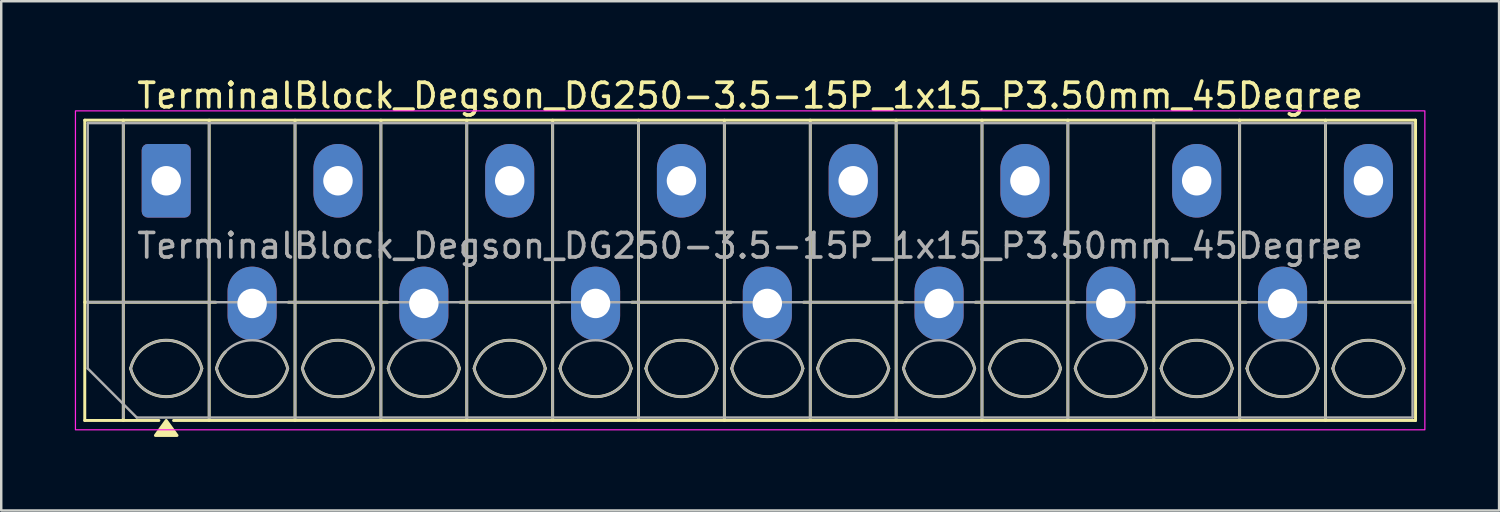
<source format=kicad_pcb>
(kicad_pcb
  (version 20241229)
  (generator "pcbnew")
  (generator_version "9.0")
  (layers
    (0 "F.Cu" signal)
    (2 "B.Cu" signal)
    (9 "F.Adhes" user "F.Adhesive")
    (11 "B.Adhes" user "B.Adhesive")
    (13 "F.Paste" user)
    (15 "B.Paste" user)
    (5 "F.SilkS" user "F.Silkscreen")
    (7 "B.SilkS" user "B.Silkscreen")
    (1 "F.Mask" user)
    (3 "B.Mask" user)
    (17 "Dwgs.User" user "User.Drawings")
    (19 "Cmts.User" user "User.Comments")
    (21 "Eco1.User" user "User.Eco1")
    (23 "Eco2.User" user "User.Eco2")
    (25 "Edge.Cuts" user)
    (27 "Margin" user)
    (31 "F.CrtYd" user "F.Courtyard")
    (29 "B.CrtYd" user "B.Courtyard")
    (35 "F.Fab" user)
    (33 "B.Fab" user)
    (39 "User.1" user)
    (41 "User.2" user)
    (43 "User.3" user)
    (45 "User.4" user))
  (footprint "TerminalBlock_Degson_DG250-3.5-15P_1x15_P3.50mm_45Degree"
    (layer "F.Cu")
    (at 3.725 4.318)
    (property "Reference" "TerminalBlock_Degson_DG250-3.5-15P_1x15_P3.50mm_45Degree" (at 23.8 -3.47 0) (layer "F.SilkS") (effects (font (size 1 1) (thickness 0.15))))
    (attr through_hole)
    (fp_line (start -3.32 -2.47) (end 50.92 -2.47) (stroke (width 0.12) (type solid)) (layer "F.SilkS"))
    (fp_line (start -3.32 4.95) (end 2.02 4.95) (stroke (width 0.12) (type solid)) (layer "F.SilkS"))
    (fp_line (start -3.32 9.77) (end -3.32 -2.47) (stroke (width 0.12) (type solid)) (layer "F.SilkS"))
    (fp_line (start -1.75 -2.47) (end -1.75 9.77) (stroke (width 0.12) (type solid)) (layer "F.SilkS"))
    (fp_line (start -0.3 9.77) (end -3.32 9.77) (stroke (width 0.12) (type solid)) (layer "F.SilkS"))
    (fp_line (start 1.75 -2.47) (end 1.75 9.77) (stroke (width 0.12) (type solid)) (layer "F.SilkS"))
    (fp_line (start 4.98 4.95) (end 9.02 4.95) (stroke (width 0.12) (type solid)) (layer "F.SilkS"))
    (fp_line (start 5.25 -2.47) (end 5.25 9.77) (stroke (width 0.12) (type solid)) (layer "F.SilkS"))
    (fp_line (start 8.75 -2.47) (end 8.75 9.77) (stroke (width 0.12) (type solid)) (layer "F.SilkS"))
    (fp_line (start 11.98 4.95) (end 16.02 4.95) (stroke (width 0.12) (type solid)) (layer "F.SilkS"))
    (fp_line (start 12.25 -2.47) (end 12.25 9.77) (stroke (width 0.12) (type solid)) (layer "F.SilkS"))
    (fp_line (start 15.75 -2.47) (end 15.75 9.77) (stroke (width 0.12) (type solid)) (layer "F.SilkS"))
    (fp_line (start 18.98 4.95) (end 23.02 4.95) (stroke (width 0.12) (type solid)) (layer "F.SilkS"))
    (fp_line (start 19.25 -2.47) (end 19.25 9.77) (stroke (width 0.12) (type solid)) (layer "F.SilkS"))
    (fp_line (start 22.75 -2.47) (end 22.75 9.77) (stroke (width 0.12) (type solid)) (layer "F.SilkS"))
    (fp_line (start 25.98 4.95) (end 30.02 4.95) (stroke (width 0.12) (type solid)) (layer "F.SilkS"))
    (fp_line (start 26.25 -2.47) (end 26.25 9.77) (stroke (width 0.12) (type solid)) (layer "F.SilkS"))
    (fp_line (start 29.75 -2.47) (end 29.75 9.77) (stroke (width 0.12) (type solid)) (layer "F.SilkS"))
    (fp_line (start 32.98 4.95) (end 37.02 4.95) (stroke (width 0.12) (type solid)) (layer "F.SilkS"))
    (fp_line (start 33.25 -2.47) (end 33.25 9.77) (stroke (width 0.12) (type solid)) (layer "F.SilkS"))
    (fp_line (start 36.75 -2.47) (end 36.75 9.77) (stroke (width 0.12) (type solid)) (layer "F.SilkS"))
    (fp_line (start 39.98 4.95) (end 44.02 4.95) (stroke (width 0.12) (type solid)) (layer "F.SilkS"))
    (fp_line (start 40.25 -2.47) (end 40.25 9.77) (stroke (width 0.12) (type solid)) (layer "F.SilkS"))
    (fp_line (start 43.75 -2.47) (end 43.75 9.77) (stroke (width 0.12) (type solid)) (layer "F.SilkS"))
    (fp_line (start 46.98 4.95) (end 50.92 4.95) (stroke (width 0.12) (type solid)) (layer "F.SilkS"))
    (fp_line (start 47.25 -2.47) (end 47.25 9.77) (stroke (width 0.12) (type solid)) (layer "F.SilkS"))
    (fp_line (start 50.92 -2.47) (end 50.92 9.77) (stroke (width 0.12) (type solid)) (layer "F.SilkS"))
    (fp_line (start 50.92 9.77) (end 0.3 9.77) (stroke (width 0.12) (type solid)) (layer "F.SilkS"))
    (fp_arc (start -1.45 7.65) (mid 0 6.5) (end 1.45 7.65) (stroke (width 0.12) (type solid)) (layer "F.SilkS"))
    (fp_arc (start 1.45 7.65) (mid 0 8.8) (end -1.45 7.65) (stroke (width 0.12) (type solid)) (layer "F.SilkS"))
    (fp_arc (start 2.05 7.65) (mid 2.18402 7.291962) (end 2.405 6.98) (stroke (width 0.12) (type solid)) (layer "F.SilkS"))
    (fp_arc (start 4.595 6.98) (mid 4.81598 7.291962) (end 4.95 7.65) (stroke (width 0.12) (type solid)) (layer "F.SilkS"))
    (fp_arc (start 4.95 7.65) (mid 3.5 8.8) (end 2.05 7.65) (stroke (width 0.12) (type solid)) (layer "F.SilkS"))
    (fp_arc (start 5.55 7.65) (mid 7 6.5) (end 8.45 7.65) (stroke (width 0.12) (type solid)) (layer "F.SilkS"))
    (fp_arc (start 8.45 7.65) (mid 7 8.8) (end 5.55 7.65) (stroke (width 0.12) (type solid)) (layer "F.SilkS"))
    (fp_arc (start 9.05 7.65) (mid 9.18402 7.291962) (end 9.405 6.98) (stroke (width 0.12) (type solid)) (layer "F.SilkS"))
    (fp_arc (start 11.595 6.98) (mid 11.81598 7.291962) (end 11.95 7.65) (stroke (width 0.12) (type solid)) (layer "F.SilkS"))
    (fp_arc (start 11.95 7.65) (mid 10.5 8.8) (end 9.05 7.65) (stroke (width 0.12) (type solid)) (layer "F.SilkS"))
    (fp_arc (start 12.55 7.65) (mid 14 6.5) (end 15.45 7.65) (stroke (width 0.12) (type solid)) (layer "F.SilkS"))
    (fp_arc (start 15.45 7.65) (mid 14 8.8) (end 12.55 7.65) (stroke (width 0.12) (type solid)) (layer "F.SilkS"))
    (fp_arc (start 16.05 7.65) (mid 16.18402 7.291962) (end 16.405 6.98) (stroke (width 0.12) (type solid)) (layer "F.SilkS"))
    (fp_arc (start 18.595 6.98) (mid 18.81598 7.291962) (end 18.95 7.65) (stroke (width 0.12) (type solid)) (layer "F.SilkS"))
    (fp_arc (start 18.95 7.65) (mid 17.5 8.8) (end 16.05 7.65) (stroke (width 0.12) (type solid)) (layer "F.SilkS"))
    (fp_arc (start 19.55 7.65) (mid 21 6.5) (end 22.45 7.65) (stroke (width 0.12) (type solid)) (layer "F.SilkS"))
    (fp_arc (start 22.45 7.65) (mid 21 8.8) (end 19.55 7.65) (stroke (width 0.12) (type solid)) (layer "F.SilkS"))
    (fp_arc (start 23.05 7.65) (mid 23.18402 7.291962) (end 23.405 6.98) (stroke (width 0.12) (type solid)) (layer "F.SilkS"))
    (fp_arc (start 25.595 6.98) (mid 25.81598 7.291962) (end 25.95 7.65) (stroke (width 0.12) (type solid)) (layer "F.SilkS"))
    (fp_arc (start 25.95 7.65) (mid 24.5 8.8) (end 23.05 7.65) (stroke (width 0.12) (type solid)) (layer "F.SilkS"))
    (fp_arc (start 26.55 7.65) (mid 28 6.5) (end 29.45 7.65) (stroke (width 0.12) (type solid)) (layer "F.SilkS"))
    (fp_arc (start 29.45 7.65) (mid 28 8.8) (end 26.55 7.65) (stroke (width 0.12) (type solid)) (layer "F.SilkS"))
    (fp_arc (start 30.05 7.65) (mid 30.18402 7.291962) (end 30.405 6.98) (stroke (width 0.12) (type solid)) (layer "F.SilkS"))
    (fp_arc (start 32.595 6.98) (mid 32.81598 7.291962) (end 32.95 7.65) (stroke (width 0.12) (type solid)) (layer "F.SilkS"))
    (fp_arc (start 32.95 7.65) (mid 31.5 8.8) (end 30.05 7.65) (stroke (width 0.12) (type solid)) (layer "F.SilkS"))
    (fp_arc (start 33.55 7.65) (mid 35 6.5) (end 36.45 7.65) (stroke (width 0.12) (type solid)) (layer "F.SilkS"))
    (fp_arc (start 36.45 7.65) (mid 35 8.8) (end 33.55 7.65) (stroke (width 0.12) (type solid)) (layer "F.SilkS"))
    (fp_arc (start 37.05 7.65) (mid 37.18402 7.291962) (end 37.405 6.98) (stroke (width 0.12) (type solid)) (layer "F.SilkS"))
    (fp_arc (start 39.595 6.98) (mid 39.81598 7.291962) (end 39.95 7.65) (stroke (width 0.12) (type solid)) (layer "F.SilkS"))
    (fp_arc (start 39.95 7.65) (mid 38.5 8.8) (end 37.05 7.65) (stroke (width 0.12) (type solid)) (layer "F.SilkS"))
    (fp_arc (start 40.55 7.65) (mid 42 6.5) (end 43.45 7.65) (stroke (width 0.12) (type solid)) (layer "F.SilkS"))
    (fp_arc (start 43.45 7.65) (mid 42 8.8) (end 40.55 7.65) (stroke (width 0.12) (type solid)) (layer "F.SilkS"))
    (fp_arc (start 44.05 7.65) (mid 44.18402 7.291962) (end 44.405 6.98) (stroke (width 0.12) (type solid)) (layer "F.SilkS"))
    (fp_arc (start 46.595 6.98) (mid 46.81598 7.291962) (end 46.95 7.65) (stroke (width 0.12) (type solid)) (layer "F.SilkS"))
    (fp_arc (start 46.95 7.65) (mid 45.5 8.8) (end 44.05 7.65) (stroke (width 0.12) (type solid)) (layer "F.SilkS"))
    (fp_arc (start 47.55 7.65) (mid 49 6.5) (end 50.45 7.65) (stroke (width 0.12) (type solid)) (layer "F.SilkS"))
    (fp_arc (start 50.45 7.65) (mid 49 8.8) (end 47.55 7.65) (stroke (width 0.12) (type solid)) (layer "F.SilkS"))
    (fp_poly (pts (xy 0 9.77) (xy 0.44 10.38) (xy -0.44 10.38)) (stroke (width 0.12) (type solid)) (fill yes) (layer "F.SilkS"))
    (fp_rect (start -3.7 -2.85) (end 51.3 10.15) (stroke (width 0.05) (type solid)) (fill no) (layer "F.CrtYd"))
    (fp_line (start -3.2 -2.35) (end 50.8 -2.35) (stroke (width 0.1) (type solid)) (layer "F.Fab"))
    (fp_line (start -3.2 4.95) (end 50.8 4.95) (stroke (width 0.1) (type solid)) (layer "F.Fab"))
    (fp_line (start -3.2 7.65) (end -3.2 -2.35) (stroke (width 0.1) (type solid)) (layer "F.Fab"))
    (fp_line (start -1.75 -2.35) (end -1.75 9.65) (stroke (width 0.1) (type solid)) (layer "F.Fab"))
    (fp_line (start -1.2 9.65) (end -3.2 7.65) (stroke (width 0.1) (type solid)) (layer "F.Fab"))
    (fp_line (start 1.75 -2.35) (end 1.75 9.65) (stroke (width 0.1) (type solid)) (layer "F.Fab"))
    (fp_line (start 5.25 -2.35) (end 5.25 9.65) (stroke (width 0.1) (type solid)) (layer "F.Fab"))
    (fp_line (start 8.75 -2.35) (end 8.75 9.65) (stroke (width 0.1) (type solid)) (layer "F.Fab"))
    (fp_line (start 12.25 -2.35) (end 12.25 9.65) (stroke (width 0.1) (type solid)) (layer "F.Fab"))
    (fp_line (start 15.75 -2.35) (end 15.75 9.65) (stroke (width 0.1) (type solid)) (layer "F.Fab"))
    (fp_line (start 19.25 -2.35) (end 19.25 9.65) (stroke (width 0.1) (type solid)) (layer "F.Fab"))
    (fp_line (start 22.75 -2.35) (end 22.75 9.65) (stroke (width 0.1) (type solid)) (layer "F.Fab"))
    (fp_line (start 26.25 -2.35) (end 26.25 9.65) (stroke (width 0.1) (type solid)) (layer "F.Fab"))
    (fp_line (start 29.75 -2.35) (end 29.75 9.65) (stroke (width 0.1) (type solid)) (layer "F.Fab"))
    (fp_line (start 33.25 -2.35) (end 33.25 9.65) (stroke (width 0.1) (type solid)) (layer "F.Fab"))
    (fp_line (start 36.75 -2.35) (end 36.75 9.65) (stroke (width 0.1) (type solid)) (layer "F.Fab"))
    (fp_line (start 40.25 -2.35) (end 40.25 9.65) (stroke (width 0.1) (type solid)) (layer "F.Fab"))
    (fp_line (start 43.75 -2.35) (end 43.75 9.65) (stroke (width 0.1) (type solid)) (layer "F.Fab"))
    (fp_line (start 47.25 -2.35) (end 47.25 9.65) (stroke (width 0.1) (type solid)) (layer "F.Fab"))
    (fp_line (start 50.8 -2.35) (end 50.8 9.65) (stroke (width 0.1) (type solid)) (layer "F.Fab"))
    (fp_line (start 50.8 9.65) (end -1.2 9.65) (stroke (width 0.1) (type solid)) (layer "F.Fab"))
    (fp_arc (start -1.45 7.65) (mid 0 6.5) (end 1.45 7.65) (stroke (width 0.1) (type solid)) (layer "F.Fab"))
    (fp_arc (start 1.45 7.65) (mid 0 8.8) (end -1.45 7.65) (stroke (width 0.1) (type solid)) (layer "F.Fab"))
    (fp_arc (start 2.05 7.65) (mid 3.5 6.5) (end 4.95 7.65) (stroke (width 0.1) (type solid)) (layer "F.Fab"))
    (fp_arc (start 4.95 7.65) (mid 3.5 8.8) (end 2.05 7.65) (stroke (width 0.1) (type solid)) (layer "F.Fab"))
    (fp_arc (start 5.55 7.65) (mid 7 6.5) (end 8.45 7.65) (stroke (width 0.1) (type solid)) (layer "F.Fab"))
    (fp_arc (start 8.45 7.65) (mid 7 8.8) (end 5.55 7.65) (stroke (width 0.1) (type solid)) (layer "F.Fab"))
    (fp_arc (start 9.05 7.65) (mid 10.5 6.5) (end 11.95 7.65) (stroke (width 0.1) (type solid)) (layer "F.Fab"))
    (fp_arc (start 11.95 7.65) (mid 10.5 8.8) (end 9.05 7.65) (stroke (width 0.1) (type solid)) (layer "F.Fab"))
    (fp_arc (start 12.55 7.65) (mid 14 6.5) (end 15.45 7.65) (stroke (width 0.1) (type solid)) (layer "F.Fab"))
    (fp_arc (start 15.45 7.65) (mid 14 8.8) (end 12.55 7.65) (stroke (width 0.1) (type solid)) (layer "F.Fab"))
    (fp_arc (start 16.05 7.65) (mid 17.5 6.5) (end 18.95 7.65) (stroke (width 0.1) (type solid)) (layer "F.Fab"))
    (fp_arc (start 18.95 7.65) (mid 17.5 8.8) (end 16.05 7.65) (stroke (width 0.1) (type solid)) (layer "F.Fab"))
    (fp_arc (start 19.55 7.65) (mid 21 6.5) (end 22.45 7.65) (stroke (width 0.1) (type solid)) (layer "F.Fab"))
    (fp_arc (start 22.45 7.65) (mid 21 8.8) (end 19.55 7.65) (stroke (width 0.1) (type solid)) (layer "F.Fab"))
    (fp_arc (start 23.05 7.65) (mid 24.5 6.5) (end 25.95 7.65) (stroke (width 0.1) (type solid)) (layer "F.Fab"))
    (fp_arc (start 25.95 7.65) (mid 24.5 8.8) (end 23.05 7.65) (stroke (width 0.1) (type solid)) (layer "F.Fab"))
    (fp_arc (start 26.55 7.65) (mid 28 6.5) (end 29.45 7.65) (stroke (width 0.1) (type solid)) (layer "F.Fab"))
    (fp_arc (start 29.45 7.65) (mid 28 8.8) (end 26.55 7.65) (stroke (width 0.1) (type solid)) (layer "F.Fab"))
    (fp_arc (start 30.05 7.65) (mid 31.5 6.5) (end 32.95 7.65) (stroke (width 0.1) (type solid)) (layer "F.Fab"))
    (fp_arc (start 32.95 7.65) (mid 31.5 8.8) (end 30.05 7.65) (stroke (width 0.1) (type solid)) (layer "F.Fab"))
    (fp_arc (start 33.55 7.65) (mid 35 6.5) (end 36.45 7.65) (stroke (width 0.1) (type solid)) (layer "F.Fab"))
    (fp_arc (start 36.45 7.65) (mid 35 8.8) (end 33.55 7.65) (stroke (width 0.1) (type solid)) (layer "F.Fab"))
    (fp_arc (start 37.05 7.65) (mid 38.5 6.5) (end 39.95 7.65) (stroke (width 0.1) (type solid)) (layer "F.Fab"))
    (fp_arc (start 39.95 7.65) (mid 38.5 8.8) (end 37.05 7.65) (stroke (width 0.1) (type solid)) (layer "F.Fab"))
    (fp_arc (start 40.55 7.65) (mid 42 6.5) (end 43.45 7.65) (stroke (width 0.1) (type solid)) (layer "F.Fab"))
    (fp_arc (start 43.45 7.65) (mid 42 8.8) (end 40.55 7.65) (stroke (width 0.1) (type solid)) (layer "F.Fab"))
    (fp_arc (start 44.05 7.65) (mid 45.5 6.5) (end 46.95 7.65) (stroke (width 0.1) (type solid)) (layer "F.Fab"))
    (fp_arc (start 46.95 7.65) (mid 45.5 8.8) (end 44.05 7.65) (stroke (width 0.1) (type solid)) (layer "F.Fab"))
    (fp_arc (start 47.55 7.65) (mid 49 6.5) (end 50.45 7.65) (stroke (width 0.1) (type solid)) (layer "F.Fab"))
    (fp_arc (start 50.45 7.65) (mid 49 8.8) (end 47.55 7.65) (stroke (width 0.1) (type solid)) (layer "F.Fab"))
    (fp_text user "${REFERENCE}" (at 23.8 2.65 0) (layer "F.Fab") (effects (font (size 1 1) (thickness 0.15))))
    (pad "1" thru_hole roundrect (at 0 0) (size 2 3) (drill 1.2) (layers "*.Cu" "*.Mask") (roundrect_rratio 0.125))
    (pad "2" thru_hole oval (at 3.5 5) (size 2 3) (drill 1.2) (layers "*.Cu" "*.Mask"))
    (pad "3" thru_hole oval (at 7 0) (size 2 3) (drill 1.2) (layers "*.Cu" "*.Mask"))
    (pad "4" thru_hole oval (at 10.5 5) (size 2 3) (drill 1.2) (layers "*.Cu" "*.Mask"))
    (pad "5" thru_hole oval (at 14 0) (size 2 3) (drill 1.2) (layers "*.Cu" "*.Mask"))
    (pad "6" thru_hole oval (at 17.5 5) (size 2 3) (drill 1.2) (layers "*.Cu" "*.Mask"))
    (pad "7" thru_hole oval (at 21 0) (size 2 3) (drill 1.2) (layers "*.Cu" "*.Mask"))
    (pad "8" thru_hole oval (at 24.5 5) (size 2 3) (drill 1.2) (layers "*.Cu" "*.Mask"))
    (pad "9" thru_hole oval (at 28 0) (size 2 3) (drill 1.2) (layers "*.Cu" "*.Mask"))
    (pad "10" thru_hole oval (at 31.5 5) (size 2 3) (drill 1.2) (layers "*.Cu" "*.Mask"))
    (pad "11" thru_hole oval (at 35 0) (size 2 3) (drill 1.2) (layers "*.Cu" "*.Mask"))
    (pad "12" thru_hole oval (at 38.5 5) (size 2 3) (drill 1.2) (layers "*.Cu" "*.Mask"))
    (pad "13" thru_hole oval (at 42 0) (size 2 3) (drill 1.2) (layers "*.Cu" "*.Mask"))
    (pad "14" thru_hole oval (at 45.5 5) (size 2 3) (drill 1.2) (layers "*.Cu" "*.Mask"))
    (pad "15" thru_hole oval (at 49 0) (size 2 3) (drill 1.2) (layers "*.Cu" "*.Mask")))
  (gr_rect
    (start -3 -3)
    (end 58.05 17.758)
    (stroke (width 0.1) (type default))
    (fill no)
    (layer "Edge.Cuts")))
</source>
